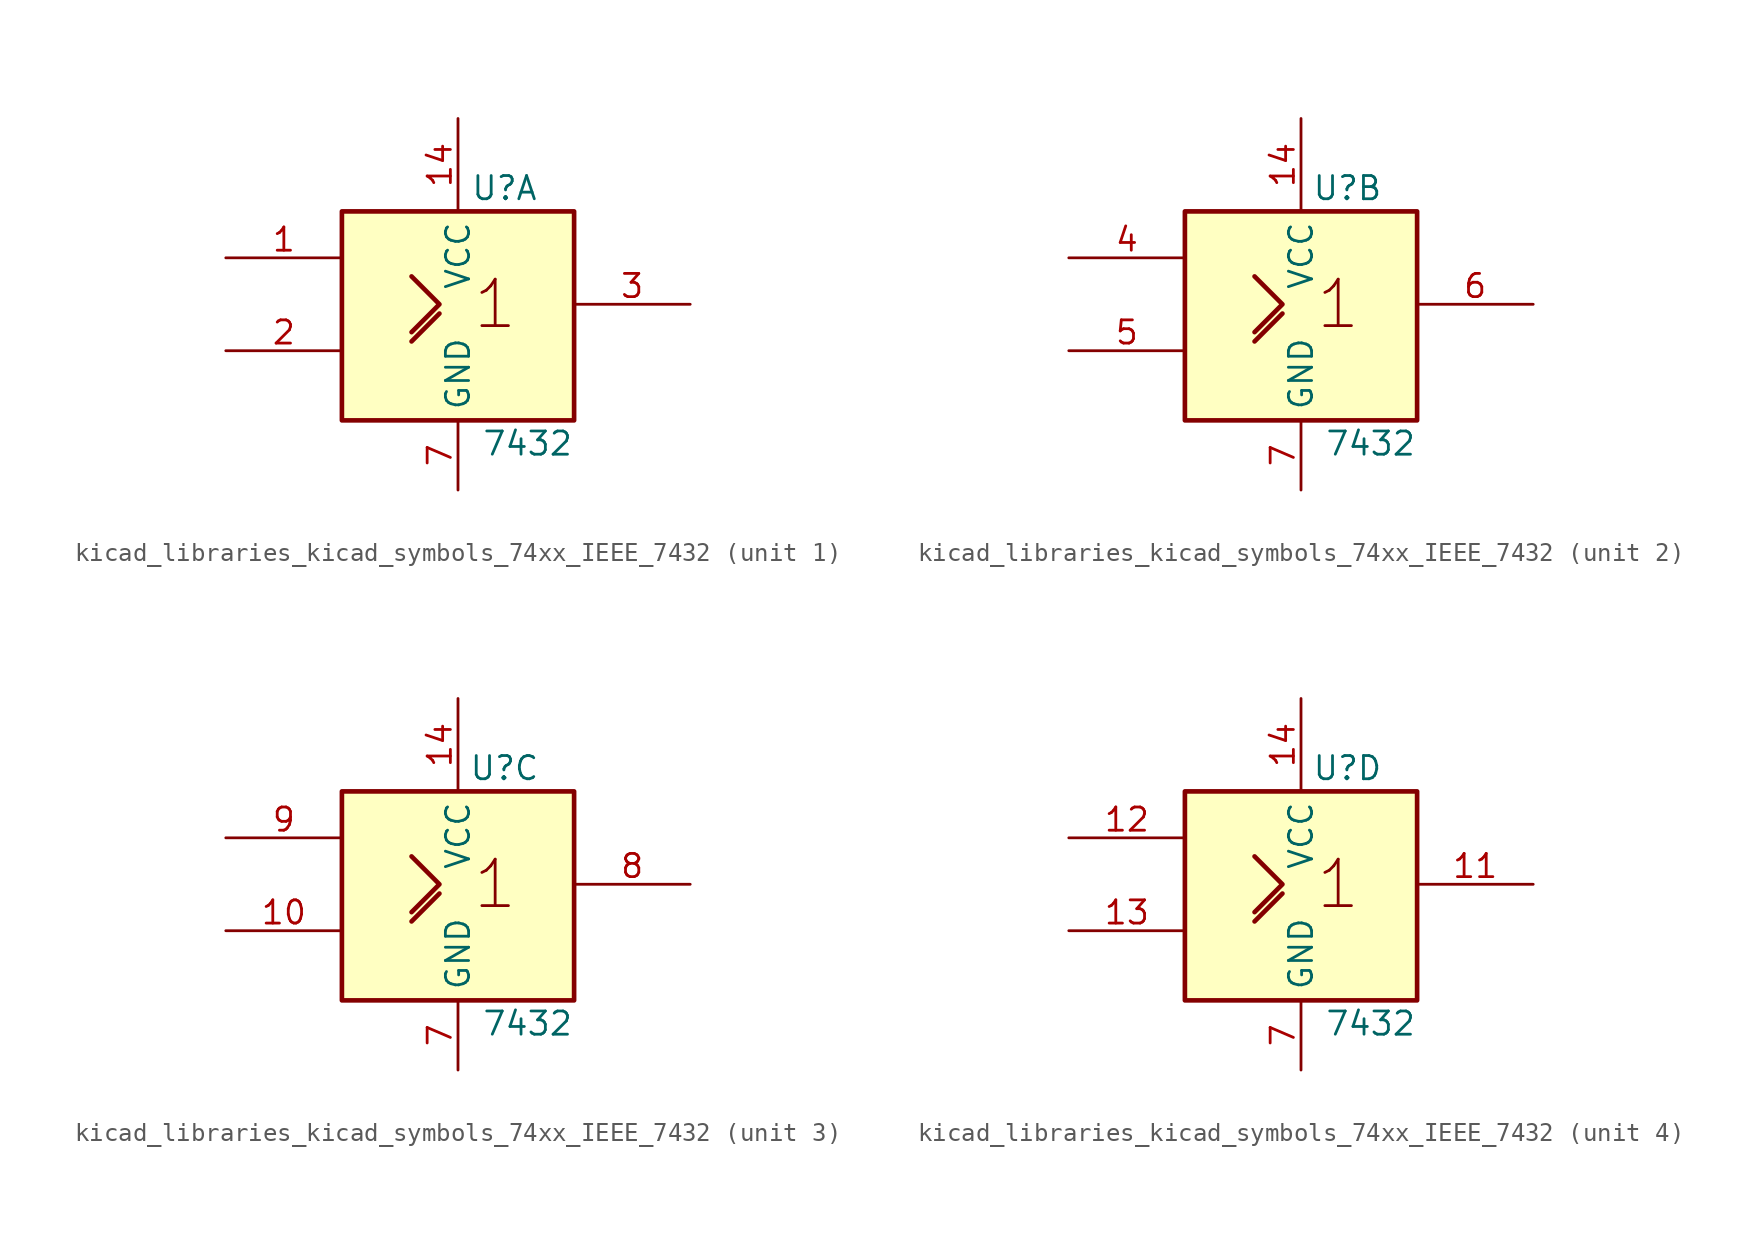
<source format=kicad_sym>
(kicad_symbol_lib
  (version 20220914)
  (generator kicad_symbol_editor)
  (symbol "kicad_libraries_kicad_symbols_74xx_IEEE_7432"
    (property "Reference" "U"
      (at 2.54 6.35 0)
      (effects (font (size 1.27 1.27))))
    (property "Value" "7432"
      (at 3.81 -7.62 0)
      (effects (font (size 1.27 1.27))))
    (symbol "kicad_libraries_kicad_symbols_74xx_IEEE_7432_0_1"
      (rectangle (start -6.35 5.08) (end 6.35 -6.35) (stroke (width 0.254) (type default)) (fill (type background)))
      (polyline (pts (xy -2.54 -2.032) (xy -1.016 -0.508) (xy -1.016 -0.508)) (stroke (width 0.254) (type default)) (fill (type background)))
      (polyline (pts (xy -2.54 1.524) (xy -2.54 1.524) (xy -1.016 0) (xy -2.54 -1.524) (xy -2.54 -1.524)) (stroke (width 0.254) (type default)) (fill (type background)))
      (text "1" (at 2.032 0 0) (effects (font (size 2.54 2.54))))
      (pin power_in line (at 0 10.16 270) (length 5.08) (name "VCC" (effects (font (size 1.27 1.27)))) (number "14" (effects (font (size 1.27 1.27)))))
      (pin power_in line (at 0 -10.16 90) (length 3.81) (name "GND" (effects (font (size 1.27 1.27)))) (number "7" (effects (font (size 1.27 1.27))))))
    (symbol "kicad_libraries_kicad_symbols_74xx_IEEE_7432_1_1"
      (pin input line (at -12.7 2.54 0) (length 6.35) (name "~" (effects (font (size 1.27 1.27)))) (number "1" (effects (font (size 1.27 1.27)))))
      (pin input line (at -12.7 -2.54 0) (length 6.35) (name "~" (effects (font (size 1.27 1.27)))) (number "2" (effects (font (size 1.27 1.27)))))
      (pin output line (at 12.7 0 180) (length 6.35) (name "~" (effects (font (size 1.27 1.27)))) (number "3" (effects (font (size 1.27 1.27))))))
    (symbol "kicad_libraries_kicad_symbols_74xx_IEEE_7432_2_1"
      (pin input line (at -12.7 2.54 0) (length 6.35) (name "~" (effects (font (size 1.27 1.27)))) (number "4" (effects (font (size 1.27 1.27)))))
      (pin input line (at -12.7 -2.54 0) (length 6.35) (name "~" (effects (font (size 1.27 1.27)))) (number "5" (effects (font (size 1.27 1.27)))))
      (pin output line (at 12.7 0 180) (length 6.35) (name "~" (effects (font (size 1.27 1.27)))) (number "6" (effects (font (size 1.27 1.27))))))
    (symbol "kicad_libraries_kicad_symbols_74xx_IEEE_7432_3_1"
      (pin input line (at -12.7 -2.54 0) (length 6.35) (name "~" (effects (font (size 1.27 1.27)))) (number "10" (effects (font (size 1.27 1.27)))))
      (pin output line (at 12.7 0 180) (length 6.35) (name "~" (effects (font (size 1.27 1.27)))) (number "8" (effects (font (size 1.27 1.27)))))
      (pin input line (at -12.7 2.54 0) (length 6.35) (name "~" (effects (font (size 1.27 1.27)))) (number "9" (effects (font (size 1.27 1.27))))))
    (symbol "kicad_libraries_kicad_symbols_74xx_IEEE_7432_4_1"
      (pin output line (at 12.7 0 180) (length 6.35) (name "~" (effects (font (size 1.27 1.27)))) (number "11" (effects (font (size 1.27 1.27)))))
      (pin input line (at -12.7 2.54 0) (length 6.35) (name "~" (effects (font (size 1.27 1.27)))) (number "12" (effects (font (size 1.27 1.27)))))
      (pin input line (at -12.7 -2.54 0) (length 6.35) (name "~" (effects (font (size 1.27 1.27)))) (number "13" (effects (font (size 1.27 1.27))))))))
</source>
